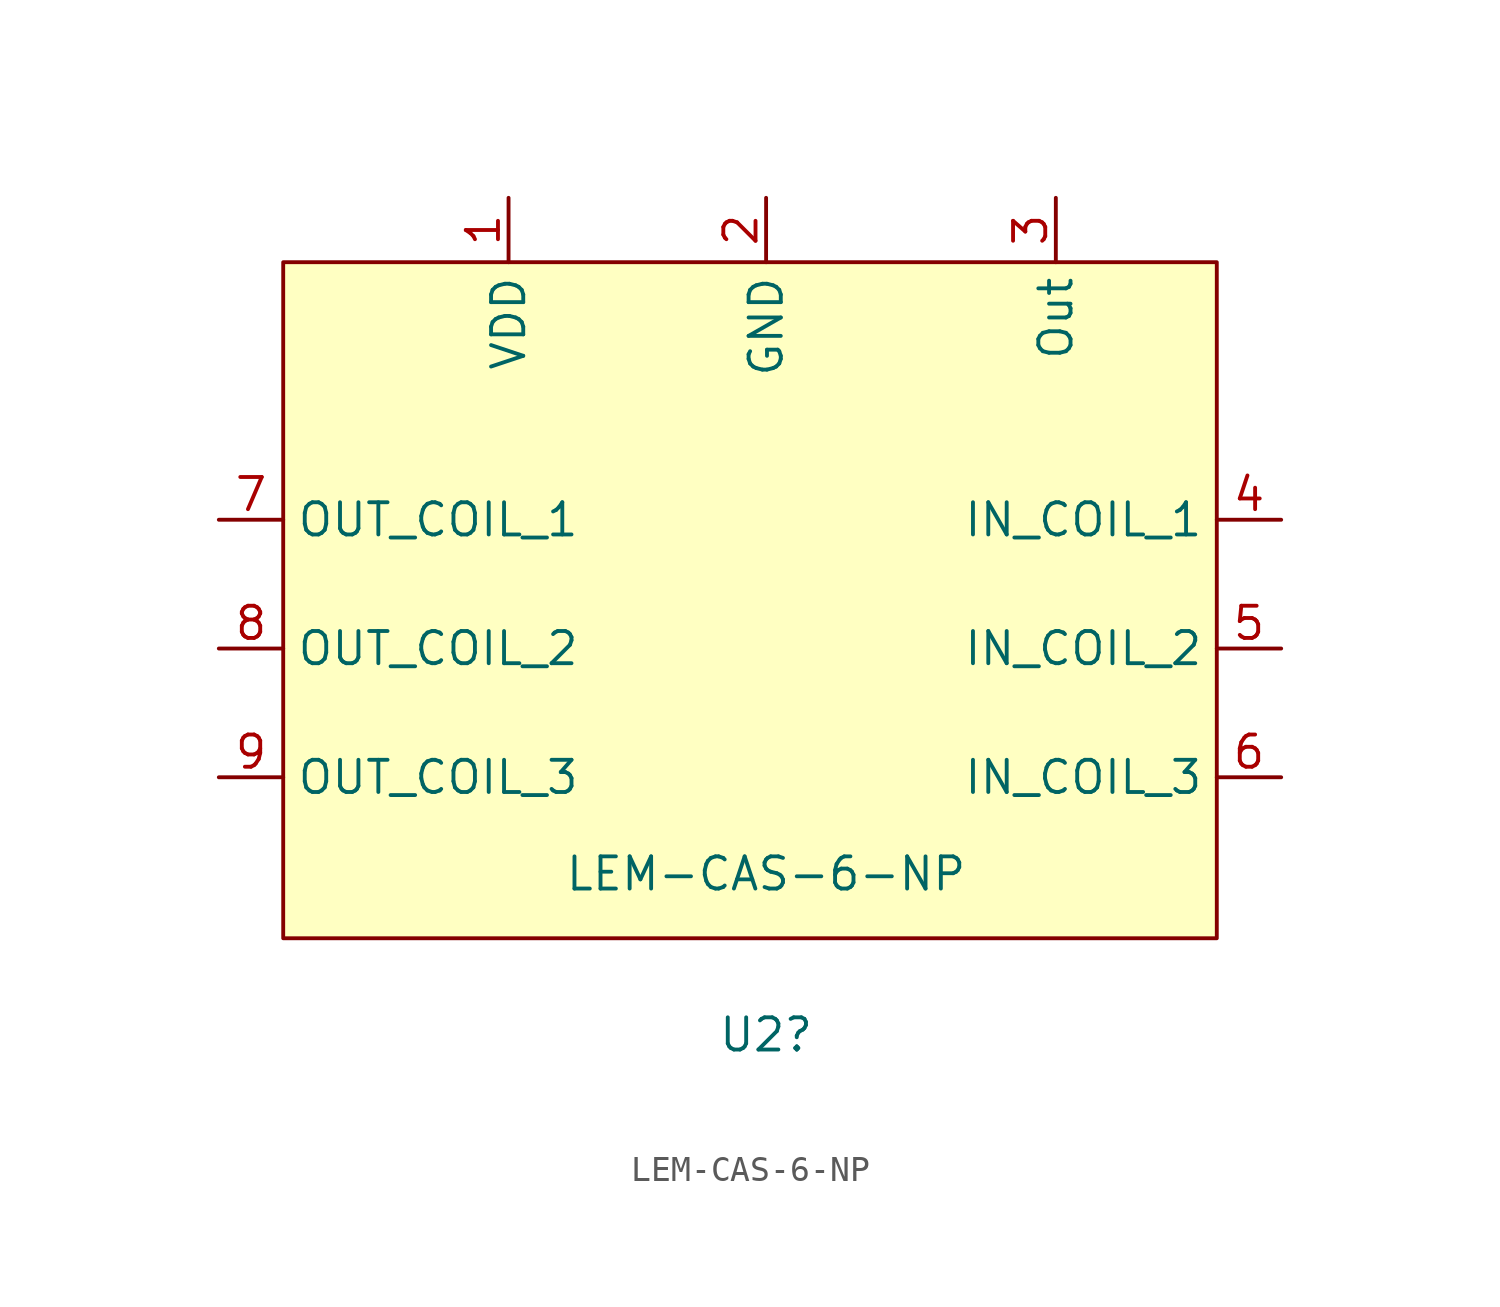
<source format=kicad_sym>
(kicad_symbol_lib
  (version 20211014)
  (generator kicad_symbol_editor)
  (symbol "LEM-CAS-6-NP"
    (property "Reference" "U2"
      (at 0 -30.48 0)
      (effects (font (size 1.27 1.27))))
    (property "Value" "LEM-CAS-6-NP"
      (at 0 -24.13 0)
      (effects (font (size 1.27 1.27))))
    (symbol "LEM-CAS-6-NP_0_1"
      (rectangle (start -19.05 0) (end 17.78 -26.67) (stroke (width 0) (type default) (color 0 0 0 0)) (fill (type background))))
    (symbol "LEM-CAS-6-NP_1_1"
      (pin power_in line (at -10.16 2.54 270) (length 2.54) (name "VDD" (effects (font (size 1.27 1.27)))) (number "1" (effects (font (size 1.27 1.27)))))
      (pin input line (at 0 2.54 270) (length 2.54) (name "GND" (effects (font (size 1.27 1.27)))) (number "2" (effects (font (size 1.27 1.27)))))
      (pin output line (at 11.43 2.54 270) (length 2.54) (name "Out" (effects (font (size 1.27 1.27)))) (number "3" (effects (font (size 1.27 1.27)))))
      (pin input line (at 20.32 -10.16 180) (length 2.54) (name "IN_COIL_1" (effects (font (size 1.27 1.27)))) (number "4" (effects (font (size 1.27 1.27)))))
      (pin input line (at 20.32 -15.24 180) (length 2.54) (name "IN_COIL_2" (effects (font (size 1.27 1.27)))) (number "5" (effects (font (size 1.27 1.27)))))
      (pin input line (at 20.32 -20.32 180) (length 2.54) (name "IN_COIL_3" (effects (font (size 1.27 1.27)))) (number "6" (effects (font (size 1.27 1.27)))))
      (pin output line (at -21.59 -10.16 0) (length 2.54) (name "OUT_COIL_1" (effects (font (size 1.27 1.27)))) (number "7" (effects (font (size 1.27 1.27)))))
      (pin output line (at -21.59 -15.24 0) (length 2.54) (name "OUT_COIL_2" (effects (font (size 1.27 1.27)))) (number "8" (effects (font (size 1.27 1.27)))))
      (pin output line (at -21.59 -20.32 0) (length 2.54) (name "OUT_COIL_3" (effects (font (size 1.27 1.27)))) (number "9" (effects (font (size 1.27 1.27))))))))
</source>
